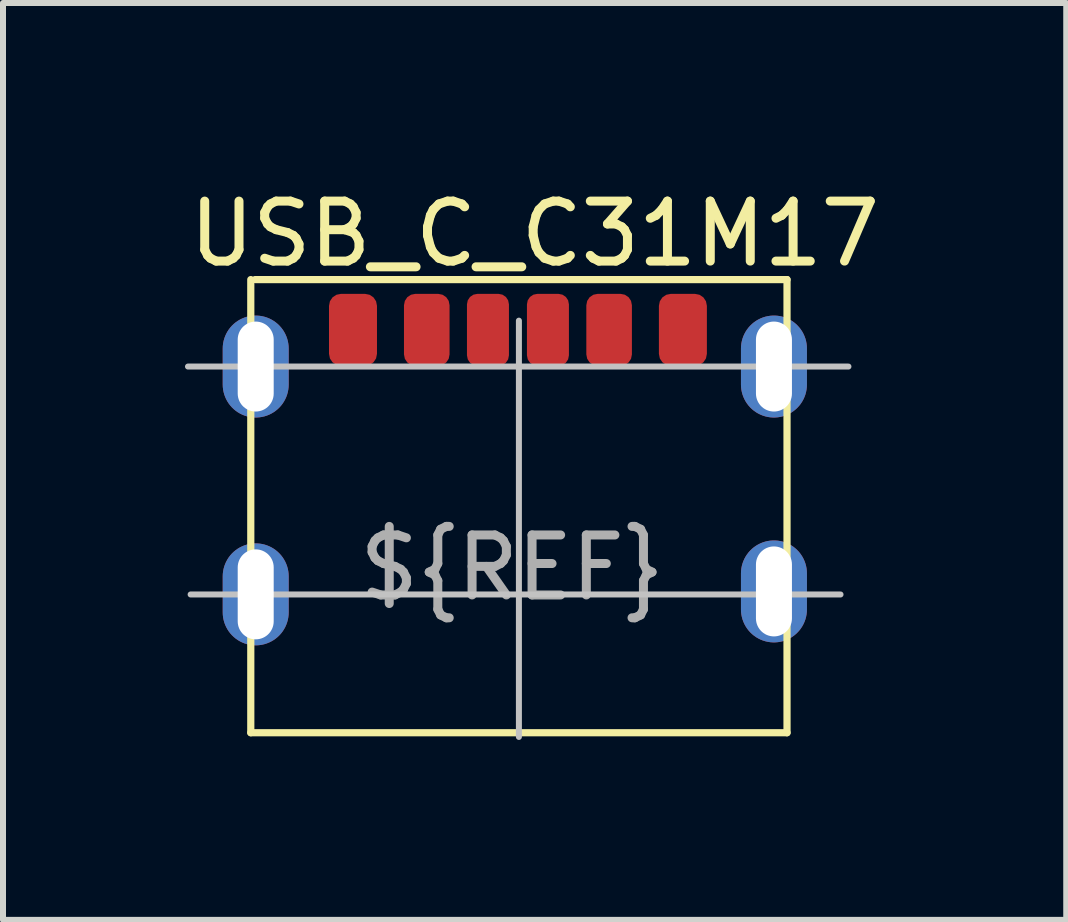
<source format=kicad_pcb>
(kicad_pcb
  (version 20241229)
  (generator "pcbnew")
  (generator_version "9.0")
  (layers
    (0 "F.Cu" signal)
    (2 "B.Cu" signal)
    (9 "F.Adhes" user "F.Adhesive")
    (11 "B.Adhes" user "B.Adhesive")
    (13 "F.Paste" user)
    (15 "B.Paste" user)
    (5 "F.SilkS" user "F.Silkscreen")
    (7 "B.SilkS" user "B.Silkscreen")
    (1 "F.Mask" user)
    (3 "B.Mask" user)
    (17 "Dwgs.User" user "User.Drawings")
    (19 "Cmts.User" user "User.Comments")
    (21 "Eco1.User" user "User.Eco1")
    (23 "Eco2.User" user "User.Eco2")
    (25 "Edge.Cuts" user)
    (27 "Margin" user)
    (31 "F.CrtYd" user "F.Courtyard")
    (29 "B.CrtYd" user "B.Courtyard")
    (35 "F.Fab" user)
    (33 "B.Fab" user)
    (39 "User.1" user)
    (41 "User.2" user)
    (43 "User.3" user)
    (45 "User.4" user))
  (footprint "USB_C_C31M17"
    (layer "F.Cu")
    (at 5.603 2.311)
    (property "Reference" "USB_C_C31M17" (at 0.26 -1.463 0) (unlocked yes) (layer "F.SilkS") (effects (font (size 1 1) (thickness 0.15))))
    (attr smd)
    (fp_line (start -4.472 -0.7) (end -4.472 6.855) (stroke (width 0.12) (type solid)) (layer "F.SilkS"))
    (fp_line (start -4.472 6.855) (end 4.468 6.855) (stroke (width 0.12) (type solid)) (layer "F.SilkS"))
    (fp_line (start -4.4 -0.7) (end 4.468 -0.7) (stroke (width 0.12) (type solid)) (layer "F.SilkS"))
    (fp_line (start 4.468 -0.7) (end 4.468 6.855) (stroke (width 0.12) (type solid)) (layer "F.SilkS"))
    (fp_line (start -0.002 6.925) (end -0.002 -0.015) (stroke (width 0.1) (type solid)) (layer "Dwgs.User"))
    (fp_line (start 5.36 4.55) (end -5.475 4.55) (stroke (width 0.1) (type solid)) (layer "Dwgs.User"))
    (fp_line (start 5.492 0.75) (end -5.519 0.75) (stroke (width 0.1) (type solid)) (layer "Dwgs.User"))
    (fp_text user "${REF}" (at -0.116 4.103 0) (unlocked yes) (layer "F.Fab") (effects (font (size 1 1) (thickness 0.15))))
    (pad "A5" smd roundrect (at -0.518 0.138) (size 0.7 1.2) (layers "F.Cu" "F.Mask" "F.Paste") (roundrect_rratio 0.25))
    (pad "A9" smd roundrect (at 1.502 0.138) (size 0.76 1.2) (layers "F.Cu" "F.Mask" "F.Paste") (roundrect_rratio 0.25))
    (pad "A12" smd roundrect (at 2.732 0.138) (size 0.8 1.2) (layers "F.Cu" "F.Mask" "F.Paste") (roundrect_rratio 0.25))
    (pad "B5" smd roundrect (at 0.482 0.138) (size 0.7 1.2) (layers "F.Cu" "F.Mask" "F.Paste") (roundrect_rratio 0.25))
    (pad "B9" smd roundrect (at -1.538 0.138) (size 0.76 1.2) (layers "F.Cu" "F.Mask" "F.Paste") (roundrect_rratio 0.25))
    (pad "B12" smd roundrect (at -2.768 0.138) (size 0.8 1.2) (layers "F.Cu" "F.Mask" "F.Paste") (roundrect_rratio 0.25))
    (pad "GND" thru_hole oval (at -4.39 0.75) (size 1.1 1.7) (drill oval 0.6 1.5) (layers "*.Cu" "*.Mask"))
    (pad "GND" thru_hole oval (at -4.39 4.548) (size 1.1 1.7) (drill oval 0.6 1.5) (layers "*.Cu" "*.Mask"))
    (pad "GND" thru_hole oval (at 4.25 0.75) (size 1.1 1.7) (drill oval 0.6 1.5) (layers "*.Cu" "*.Mask"))
    (pad "GND" thru_hole oval (at 4.25 4.499) (size 1.1 1.7) (drill oval 0.6 1.5) (layers "*.Cu" "*.Mask")))
  (gr_rect
    (start -3 -3)
    (end 14.726 12.286)
    (stroke (width 0.1) (type default))
    (fill no)
    (layer "Edge.Cuts")))
</source>
